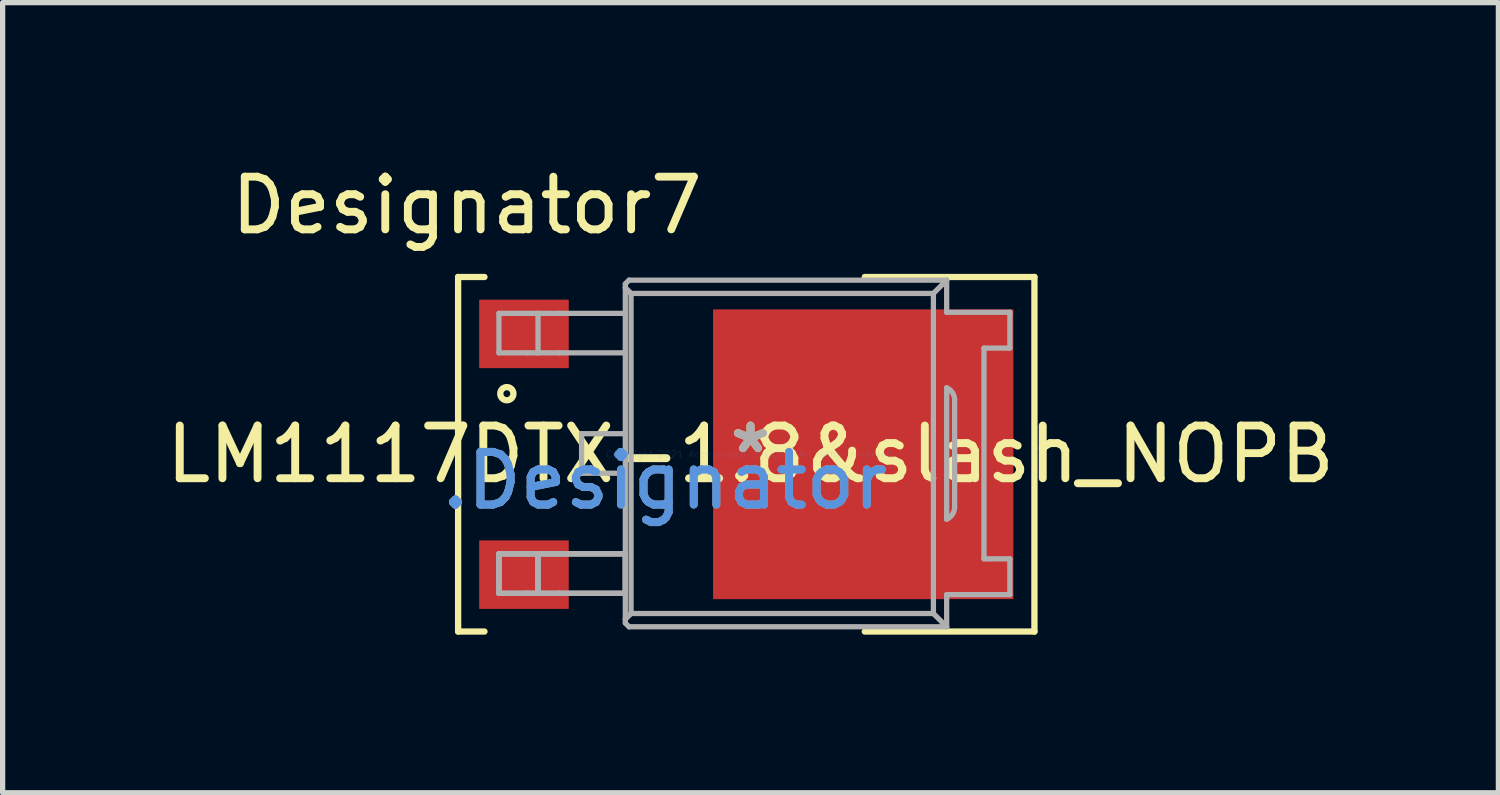
<source format=kicad_pcb>
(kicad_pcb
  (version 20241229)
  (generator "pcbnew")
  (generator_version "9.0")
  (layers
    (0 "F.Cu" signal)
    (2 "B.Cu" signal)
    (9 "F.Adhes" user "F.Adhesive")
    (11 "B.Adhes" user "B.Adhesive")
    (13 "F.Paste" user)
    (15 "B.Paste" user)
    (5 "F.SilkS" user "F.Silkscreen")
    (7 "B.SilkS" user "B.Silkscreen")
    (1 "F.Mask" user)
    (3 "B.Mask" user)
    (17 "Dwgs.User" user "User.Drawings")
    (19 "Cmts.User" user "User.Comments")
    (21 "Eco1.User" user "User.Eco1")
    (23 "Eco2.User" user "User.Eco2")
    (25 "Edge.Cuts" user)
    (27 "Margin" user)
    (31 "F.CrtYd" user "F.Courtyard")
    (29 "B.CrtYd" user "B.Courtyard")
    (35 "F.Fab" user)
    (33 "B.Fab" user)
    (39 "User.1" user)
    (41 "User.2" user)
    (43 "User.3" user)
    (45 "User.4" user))
  (footprint "LM1117DTX-1.8&slash_NOPB"
    (layer "F.Cu")
    (at 11.196 5.573)
    (property "Reference" "LM1117DTX-1.8&slash_NOPB" (at 0 0 0) (layer "F.SilkS") (effects (font (size 1 1) (thickness 0.15))))
    (attr through_hole)
    (fp_line (start -5.55 -3.365) (end -5.05 -3.365) (stroke (width 0.12) (type solid)) (layer "F.SilkS"))
    (fp_line (start -5.55 3.365) (end -5.55 -3.365) (stroke (width 0.12) (type solid)) (layer "F.SilkS"))
    (fp_line (start -5.55 3.365) (end -5.05 3.365) (stroke (width 0.12) (type solid)) (layer "F.SilkS"))
    (fp_line (start 2.17 -3.365) (end 5.39 -3.365) (stroke (width 0.12) (type solid)) (layer "F.SilkS"))
    (fp_line (start 2.17 3.365) (end 5.39 3.365) (stroke (width 0.12) (type solid)) (layer "F.SilkS"))
    (fp_line (start 5.39 3.365) (end 5.39 -3.365) (stroke (width 0.12) (type solid)) (layer "F.SilkS"))
    (fp_circle (center -4.625 -1.15) (end -4.5 -1.15) (stroke (width 0.12) (type solid)) (fill no) (layer "F.SilkS"))
    (fp_line (start -4.775 -2.675) (end -4.233 -2.675) (stroke (width 0.1) (type solid)) (layer "F.Fab"))
    (fp_line (start -4.775 -1.925) (end -4.775 -2.675) (stroke (width 0.1) (type solid)) (layer "F.Fab"))
    (fp_line (start -4.775 -1.925) (end -4.233 -1.925) (stroke (width 0.1) (type solid)) (layer "F.Fab"))
    (fp_line (start -4.775 1.89) (end -4.233 1.89) (stroke (width 0.1) (type solid)) (layer "F.Fab"))
    (fp_line (start -4.775 1.89) (end -4.233 1.89) (stroke (width 0.1) (type solid)) (layer "F.Fab"))
    (fp_line (start -4.775 1.89) (end -4.233 1.89) (stroke (width 0.1) (type solid)) (layer "F.Fab"))
    (fp_line (start -4.775 2.64) (end -4.775 1.89) (stroke (width 0.1) (type solid)) (layer "F.Fab"))
    (fp_line (start -4.775 2.64) (end -4.775 1.89) (stroke (width 0.1) (type solid)) (layer "F.Fab"))
    (fp_line (start -4.775 2.64) (end -4.775 1.89) (stroke (width 0.1) (type solid)) (layer "F.Fab"))
    (fp_line (start -4.775 2.64) (end -4.233 2.64) (stroke (width 0.1) (type solid)) (layer "F.Fab"))
    (fp_line (start -4.775 2.64) (end -4.233 2.64) (stroke (width 0.1) (type solid)) (layer "F.Fab"))
    (fp_line (start -4.775 2.64) (end -4.233 2.64) (stroke (width 0.1) (type solid)) (layer "F.Fab"))
    (fp_line (start -4.233 -2.675) (end -4.033 -2.675) (stroke (width 0.1) (type solid)) (layer "F.Fab"))
    (fp_line (start -4.233 -1.925) (end -4.033 -1.925) (stroke (width 0.1) (type solid)) (layer "F.Fab"))
    (fp_line (start -4.233 1.89) (end -4.033 1.89) (stroke (width 0.1) (type solid)) (layer "F.Fab"))
    (fp_line (start -4.233 1.89) (end -4.033 1.89) (stroke (width 0.1) (type solid)) (layer "F.Fab"))
    (fp_line (start -4.233 1.89) (end -4.033 1.89) (stroke (width 0.1) (type solid)) (layer "F.Fab"))
    (fp_line (start -4.233 2.64) (end -4.033 2.64) (stroke (width 0.1) (type solid)) (layer "F.Fab"))
    (fp_line (start -4.233 2.64) (end -4.033 2.64) (stroke (width 0.1) (type solid)) (layer "F.Fab"))
    (fp_line (start -4.233 2.64) (end -4.033 2.64) (stroke (width 0.1) (type solid)) (layer "F.Fab"))
    (fp_line (start -4.033 -2.675) (end -3.633 -2.675) (stroke (width 0.1) (type solid)) (layer "F.Fab"))
    (fp_line (start -4.033 -1.925) (end -4.033 -2.675) (stroke (width 0.1) (type solid)) (layer "F.Fab"))
    (fp_line (start -4.033 -1.925) (end -3.633 -1.925) (stroke (width 0.1) (type solid)) (layer "F.Fab"))
    (fp_line (start -4.033 1.89) (end -3.633 1.89) (stroke (width 0.1) (type solid)) (layer "F.Fab"))
    (fp_line (start -4.033 1.89) (end -3.633 1.89) (stroke (width 0.1) (type solid)) (layer "F.Fab"))
    (fp_line (start -4.033 1.89) (end -3.633 1.89) (stroke (width 0.1) (type solid)) (layer "F.Fab"))
    (fp_line (start -4.033 2.64) (end -4.033 1.89) (stroke (width 0.1) (type solid)) (layer "F.Fab"))
    (fp_line (start -4.033 2.64) (end -4.033 1.89) (stroke (width 0.1) (type solid)) (layer "F.Fab"))
    (fp_line (start -4.033 2.64) (end -4.033 1.89) (stroke (width 0.1) (type solid)) (layer "F.Fab"))
    (fp_line (start -4.033 2.64) (end -3.633 2.64) (stroke (width 0.1) (type solid)) (layer "F.Fab"))
    (fp_line (start -4.033 2.64) (end -3.633 2.64) (stroke (width 0.1) (type solid)) (layer "F.Fab"))
    (fp_line (start -4.033 2.64) (end -3.633 2.64) (stroke (width 0.1) (type solid)) (layer "F.Fab"))
    (fp_line (start -3.633 -2.675) (end -2.376 -2.675) (stroke (width 0.1) (type solid)) (layer "F.Fab"))
    (fp_line (start -3.633 -1.925) (end -2.376 -1.925) (stroke (width 0.1) (type solid)) (layer "F.Fab"))
    (fp_line (start -3.633 1.89) (end -2.376 1.89) (stroke (width 0.1) (type solid)) (layer "F.Fab"))
    (fp_line (start -3.633 1.89) (end -2.376 1.89) (stroke (width 0.1) (type solid)) (layer "F.Fab"))
    (fp_line (start -3.633 1.89) (end -2.376 1.89) (stroke (width 0.1) (type solid)) (layer "F.Fab"))
    (fp_line (start -3.633 2.64) (end -2.376 2.64) (stroke (width 0.1) (type solid)) (layer "F.Fab"))
    (fp_line (start -3.633 2.64) (end -2.376 2.64) (stroke (width 0.1) (type solid)) (layer "F.Fab"))
    (fp_line (start -3.633 2.64) (end -2.376 2.64) (stroke (width 0.1) (type solid)) (layer "F.Fab"))
    (fp_line (start -3.206 -0.39) (end -2.376 -0.39) (stroke (width 0.1) (type solid)) (layer "F.Fab"))
    (fp_line (start -3.206 0.36) (end -3.206 -0.39) (stroke (width 0.1) (type solid)) (layer "F.Fab"))
    (fp_line (start -3.206 0.36) (end -2.376 0.36) (stroke (width 0.1) (type solid)) (layer "F.Fab"))
    (fp_line (start -2.376 -3.234) (end -2.305 -3.305) (stroke (width 0.1) (type solid)) (layer "F.Fab"))
    (fp_line (start -2.376 -3.162) (end -2.376 -3.234) (stroke (width 0.1) (type solid)) (layer "F.Fab"))
    (fp_line (start -2.376 -3.162) (end -2.267 -3.053) (stroke (width 0.1) (type solid)) (layer "F.Fab"))
    (fp_line (start -2.376 1.89) (end -2.376 -3.162) (stroke (width 0.1) (type solid)) (layer "F.Fab"))
    (fp_line (start -2.376 2.64) (end -2.376 1.89) (stroke (width 0.1) (type solid)) (layer "F.Fab"))
    (fp_line (start -2.376 2.64) (end -2.376 1.89) (stroke (width 0.1) (type solid)) (layer "F.Fab"))
    (fp_line (start -2.376 2.64) (end -2.376 1.89) (stroke (width 0.1) (type solid)) (layer "F.Fab"))
    (fp_line (start -2.376 3.132) (end -2.376 2.64) (stroke (width 0.1) (type solid)) (layer "F.Fab"))
    (fp_line (start -2.376 3.132) (end -2.267 3.023) (stroke (width 0.1) (type solid)) (layer "F.Fab"))
    (fp_line (start -2.376 3.204) (end -2.376 3.132) (stroke (width 0.1) (type solid)) (layer "F.Fab"))
    (fp_line (start -2.376 3.204) (end -2.305 3.275) (stroke (width 0.1) (type solid)) (layer "F.Fab"))
    (fp_line (start -2.305 -3.305) (end 3.724 -3.305) (stroke (width 0.1) (type solid)) (layer "F.Fab"))
    (fp_line (start -2.305 3.275) (end 3.724 3.275) (stroke (width 0.1) (type solid)) (layer "F.Fab"))
    (fp_line (start -2.267 -3.053) (end 3.472 -3.053) (stroke (width 0.1) (type solid)) (layer "F.Fab"))
    (fp_line (start -2.267 3.023) (end -2.267 -3.053) (stroke (width 0.1) (type solid)) (layer "F.Fab"))
    (fp_line (start -2.267 3.023) (end 3.472 3.023) (stroke (width 0.1) (type solid)) (layer "F.Fab"))
    (fp_line (start 3.472 -3.053) (end 3.724 -3.305) (stroke (width 0.1) (type solid)) (layer "F.Fab"))
    (fp_line (start 3.472 3.023) (end 3.472 -3.053) (stroke (width 0.1) (type solid)) (layer "F.Fab"))
    (fp_line (start 3.472 3.023) (end 3.724 3.275) (stroke (width 0.1) (type solid)) (layer "F.Fab"))
    (fp_line (start 3.724 -2.695) (end 4.924 -2.695) (stroke (width 0.1) (type solid)) (layer "F.Fab"))
    (fp_line (start 3.724 2.665) (end 4.924 2.665) (stroke (width 0.1) (type solid)) (layer "F.Fab"))
    (fp_line (start 3.724 -2.695) (end 3.724 -3.305) (stroke (width 0.1) (type solid)) (layer "F.Fab"))
    (fp_line (start 3.724 1.233) (end 3.724 -1.263) (stroke (width 0.1) (type solid)) (layer "F.Fab"))
    (fp_line (start 3.724 3.275) (end 3.724 2.665) (stroke (width 0.1) (type solid)) (layer "F.Fab"))
    (fp_line (start 3.875 1.001) (end 3.875 -1.031) (stroke (width 0.1) (type solid)) (layer "F.Fab"))
    (fp_line (start 4.432 -2.015) (end 4.924 -2.015) (stroke (width 0.1) (type solid)) (layer "F.Fab"))
    (fp_line (start 4.432 1.985) (end 4.432 -2.015) (stroke (width 0.1) (type solid)) (layer "F.Fab"))
    (fp_line (start 4.432 1.985) (end 4.924 1.985) (stroke (width 0.1) (type solid)) (layer "F.Fab"))
    (fp_line (start 4.924 -2.015) (end 4.924 -2.695) (stroke (width 0.1) (type solid)) (layer "F.Fab"))
    (fp_line (start 4.924 2.665) (end 4.924 1.985) (stroke (width 0.1) (type solid)) (layer "F.Fab"))
    (fp_arc (start 3.723718 -1.263304) (mid 3.833845 -1.169611) (end 3.874999 -1.031001) (stroke (width 0.1) (type solid)) (layer "F.Fab"))
    (fp_arc (start 3.874999 1.000999) (mid 3.833845 1.139609) (end 3.723718 1.233302) (stroke (width 0.1) (type solid)) (layer "F.Fab"))
    (fp_text user "Designator7" (at -5.385 -4.724 0) (layer "F.SilkS") (effects (font (size 1 1) (thickness 0.15))))
    (fp_text user "*" (at 0 0 0) (layer "F.SilkS") (effects (font (size 1 1) (thickness 0.15))))
    (fp_text user ".Designator" (at -1.625 0.5 0) (layer "Cmts.User") (effects (font (size 1 1) (thickness 0.15))))
    (fp_text user "Copyright 2021 Accelerated Designs. All rights reserved." (at 0 0 0) (layer "Cmts.User") (effects (font (size 0.127 0.127) (thickness 0.002))))
    (fp_text user ".Designator" (at -1.625 0.5 0) (layer "F.Fab") (effects (font (size 1 1) (thickness 0.15))))
    (fp_text user "*" (at 0 0 0) (layer "F.Fab") (effects (font (size 1 1) (thickness 0.15))))
    (pad "1" smd rect (at -4.3 -2.285 90) (size 1.3 1.7) (layers "F.Cu" "F.Mask" "F.Paste"))
    (pad "3" smd rect (at -4.3 2.285 90) (size 1.3 1.7) (layers "F.Cu" "F.Mask" "F.Paste"))
    (pad "4" smd rect (at 2.14 0 90) (size 5.5 5.7) (layers "F.Cu" "F.Mask" "F.Paste")))
  (gr_rect
    (start -3 -3)
    (end 25.393 11.998)
    (stroke (width 0.1) (type default))
    (fill no)
    (layer "Edge.Cuts")))
</source>
